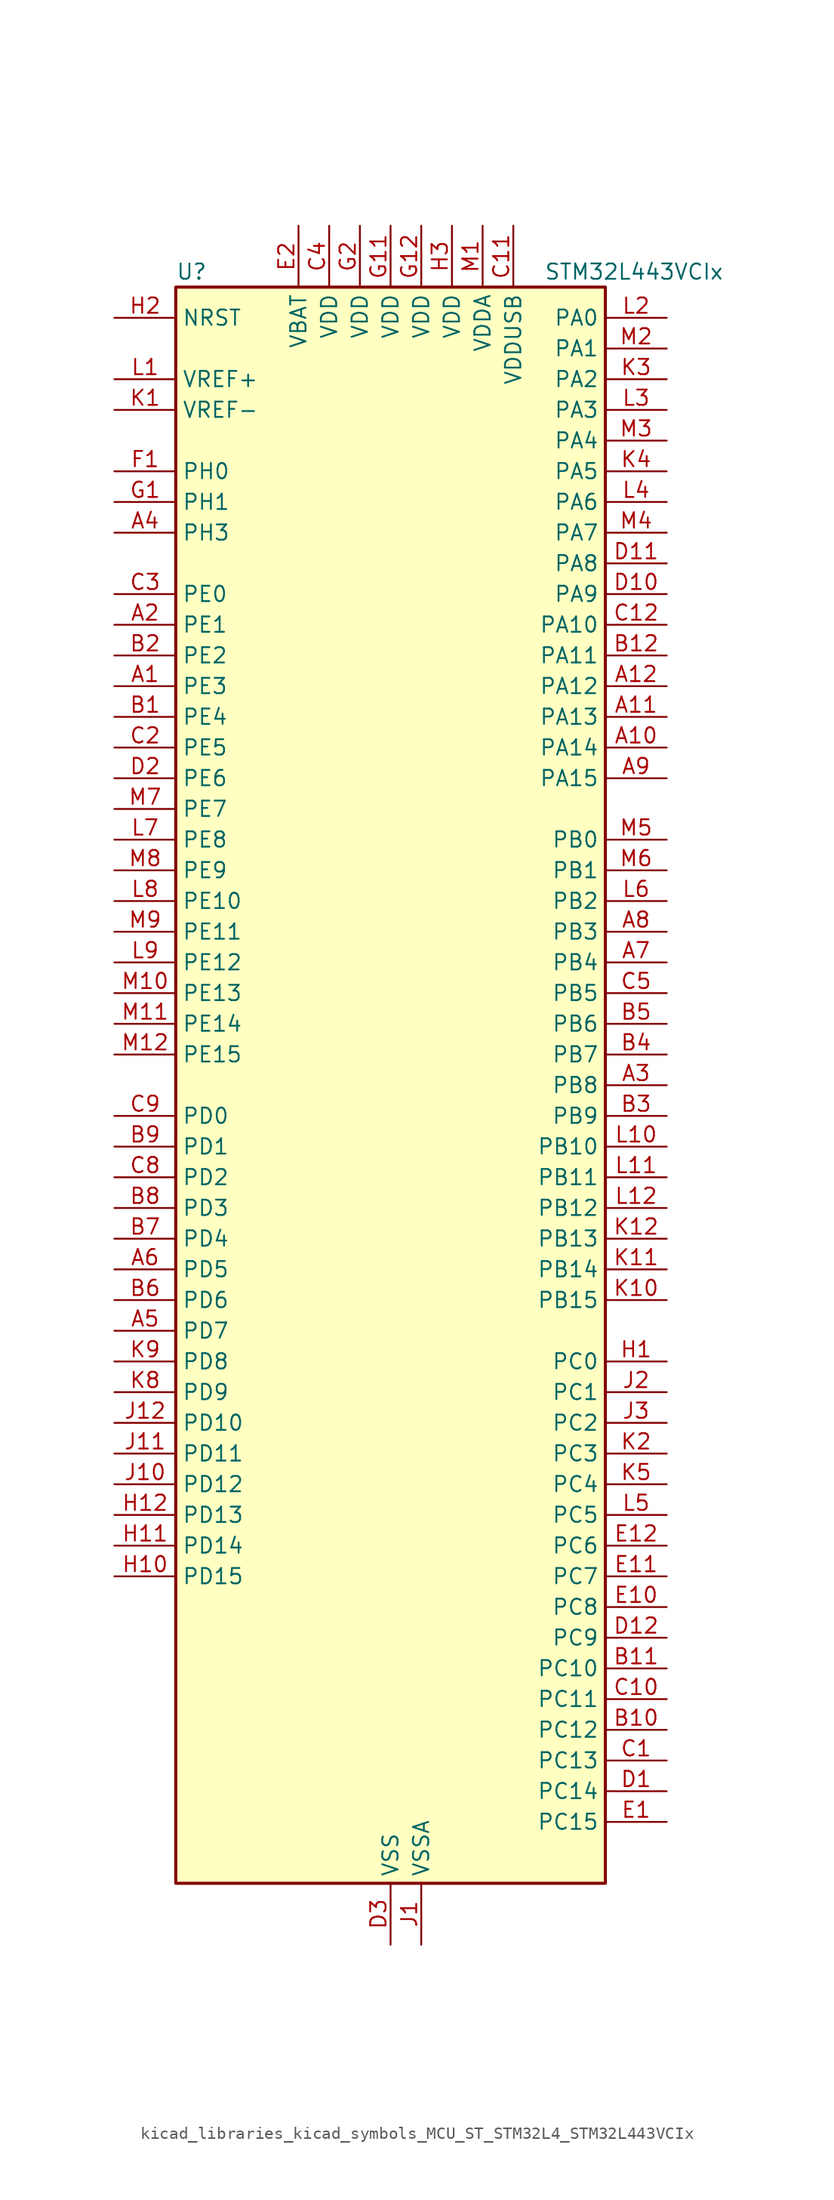
<source format=kicad_sym>
(kicad_symbol_lib
  (version 20220914)
  (generator kicad_symbol_editor)
  (symbol "kicad_libraries_kicad_symbols_MCU_ST_STM32L4_STM32L443VCIx"
    (property "Reference" "U"
      (at -17.78 67.31 0)
      (effects (font (size 1.27 1.27)) (justify left)))
    (property "Value" "STM32L443VCIx"
      (at 12.7 67.31 0)
      (effects (font (size 1.27 1.27)) (justify left)))
    (property "ki_locked" ""
      (at 0 0 0)
      (effects (font (size 1.27 1.27))))
    (symbol "kicad_libraries_kicad_symbols_MCU_ST_STM32L4_STM32L443VCIx_0_1"
      (rectangle (start -17.78 -66.04) (end 17.78 66.04) (stroke (width 0.254) (type default)) (fill (type background))))
    (symbol "kicad_libraries_kicad_symbols_MCU_ST_STM32L4_STM32L443VCIx_1_1"
      (pin bidirectional line (at -22.86 33.02 0) (length 5.08) (name "PE3" (effects (font (size 1.27 1.27)))) (number "A1" (effects (font (size 1.27 1.27)))) (alternate "LCD_SEG39" bidirectional line) (alternate "SAI1_SD_B" bidirectional line) (alternate "SYS_TRACED0" bidirectional line) (alternate "TSC_G7_IO2" bidirectional line))
      (pin bidirectional line (at 22.86 27.94 180) (length 5.08) (name "PA14" (effects (font (size 1.27 1.27)))) (number "A10" (effects (font (size 1.27 1.27)))) (alternate "I2C1_SMBA" bidirectional line) (alternate "LPTIM1_OUT" bidirectional line) (alternate "SAI1_FS_B" bidirectional line) (alternate "SWPMI1_RX" bidirectional line) (alternate "SYS_JTCK-SWCLK" bidirectional line))
      (pin bidirectional line (at 22.86 30.48 180) (length 5.08) (name "PA13" (effects (font (size 1.27 1.27)))) (number "A11" (effects (font (size 1.27 1.27)))) (alternate "IR_OUT" bidirectional line) (alternate "SAI1_SD_B" bidirectional line) (alternate "SWPMI1_TX" bidirectional line) (alternate "SYS_JTMS-SWDIO" bidirectional line) (alternate "USB_NOE" bidirectional line))
      (pin bidirectional line (at 22.86 33.02 180) (length 5.08) (name "PA12" (effects (font (size 1.27 1.27)))) (number "A12" (effects (font (size 1.27 1.27)))) (alternate "CAN1_TX" bidirectional line) (alternate "SPI1_MOSI" bidirectional line) (alternate "TIM1_ETR" bidirectional line) (alternate "USART1_DE" bidirectional line) (alternate "USART1_RTS" bidirectional line) (alternate "USB_DP" bidirectional line))
      (pin bidirectional line (at -22.86 38.1 0) (length 5.08) (name "PE1" (effects (font (size 1.27 1.27)))) (number "A2" (effects (font (size 1.27 1.27)))) (alternate "LCD_SEG37" bidirectional line))
      (pin bidirectional line (at 22.86 0 180) (length 5.08) (name "PB8" (effects (font (size 1.27 1.27)))) (number "A3" (effects (font (size 1.27 1.27)))) (alternate "CAN1_RX" bidirectional line) (alternate "I2C1_SCL" bidirectional line) (alternate "LCD_SEG16" bidirectional line) (alternate "SAI1_MCLK_A" bidirectional line) (alternate "SDMMC1_D4" bidirectional line) (alternate "TIM16_CH1" bidirectional line))
      (pin bidirectional line (at -22.86 45.72 0) (length 5.08) (name "PH3" (effects (font (size 1.27 1.27)))) (number "A4" (effects (font (size 1.27 1.27)))))
      (pin bidirectional line (at -22.86 -20.32 0) (length 5.08) (name "PD7" (effects (font (size 1.27 1.27)))) (number "A5" (effects (font (size 1.27 1.27)))) (alternate "QUADSPI_BK2_IO3" bidirectional line) (alternate "USART2_CK" bidirectional line))
      (pin bidirectional line (at -22.86 -15.24 0) (length 5.08) (name "PD5" (effects (font (size 1.27 1.27)))) (number "A6" (effects (font (size 1.27 1.27)))) (alternate "QUADSPI_BK2_IO1" bidirectional line) (alternate "USART2_TX" bidirectional line))
      (pin bidirectional line (at 22.86 10.16 180) (length 5.08) (name "PB4" (effects (font (size 1.27 1.27)))) (number "A7" (effects (font (size 1.27 1.27)))) (alternate "COMP2_INP" bidirectional line) (alternate "I2C3_SDA" bidirectional line) (alternate "LCD_SEG8" bidirectional line) (alternate "SAI1_MCLK_B" bidirectional line) (alternate "SPI1_MISO" bidirectional line) (alternate "SPI3_MISO" bidirectional line) (alternate "SYS_JTRST" bidirectional line) (alternate "TSC_G2_IO1" bidirectional line) (alternate "USART1_CTS" bidirectional line))
      (pin bidirectional line (at 22.86 12.7 180) (length 5.08) (name "PB3" (effects (font (size 1.27 1.27)))) (number "A8" (effects (font (size 1.27 1.27)))) (alternate "COMP2_INM" bidirectional line) (alternate "LCD_SEG7" bidirectional line) (alternate "SAI1_SCK_B" bidirectional line) (alternate "SPI1_SCK" bidirectional line) (alternate "SPI3_SCK" bidirectional line) (alternate "SYS_JTDO-SWO" bidirectional line) (alternate "TIM2_CH2" bidirectional line) (alternate "USART1_DE" bidirectional line) (alternate "USART1_RTS" bidirectional line))
      (pin bidirectional line (at 22.86 25.4 180) (length 5.08) (name "PA15" (effects (font (size 1.27 1.27)))) (number "A9" (effects (font (size 1.27 1.27)))) (alternate "ADC1_EXTI15" bidirectional line) (alternate "LCD_SEG17" bidirectional line) (alternate "SPI1_NSS" bidirectional line) (alternate "SPI3_NSS" bidirectional line) (alternate "SWPMI1_SUSPEND" bidirectional line) (alternate "SYS_JTDI" bidirectional line) (alternate "TIM2_CH1" bidirectional line) (alternate "TIM2_ETR" bidirectional line) (alternate "TSC_G3_IO1" bidirectional line) (alternate "USART2_RX" bidirectional line) (alternate "USART3_DE" bidirectional line) (alternate "USART3_RTS" bidirectional line))
      (pin bidirectional line (at -22.86 30.48 0) (length 5.08) (name "PE4" (effects (font (size 1.27 1.27)))) (number "B1" (effects (font (size 1.27 1.27)))) (alternate "SAI1_FS_A" bidirectional line) (alternate "SYS_TRACED1" bidirectional line) (alternate "TSC_G7_IO3" bidirectional line))
      (pin bidirectional line (at 22.86 -53.34 180) (length 5.08) (name "PC12" (effects (font (size 1.27 1.27)))) (number "B10" (effects (font (size 1.27 1.27)))) (alternate "LCD_COM6" bidirectional line) (alternate "LCD_SEG30" bidirectional line) (alternate "LCD_SEG42" bidirectional line) (alternate "SDMMC1_CK" bidirectional line) (alternate "SPI3_MOSI" bidirectional line) (alternate "TSC_G3_IO4" bidirectional line) (alternate "USART3_CK" bidirectional line))
      (pin bidirectional line (at 22.86 -48.26 180) (length 5.08) (name "PC10" (effects (font (size 1.27 1.27)))) (number "B11" (effects (font (size 1.27 1.27)))) (alternate "LCD_COM4" bidirectional line) (alternate "LCD_SEG28" bidirectional line) (alternate "LCD_SEG40" bidirectional line) (alternate "SDMMC1_D2" bidirectional line) (alternate "SPI3_SCK" bidirectional line) (alternate "TSC_G3_IO2" bidirectional line) (alternate "USART3_TX" bidirectional line))
      (pin bidirectional line (at 22.86 35.56 180) (length 5.08) (name "PA11" (effects (font (size 1.27 1.27)))) (number "B12" (effects (font (size 1.27 1.27)))) (alternate "ADC1_EXTI11" bidirectional line) (alternate "CAN1_RX" bidirectional line) (alternate "COMP1_OUT" bidirectional line) (alternate "SPI1_MISO" bidirectional line) (alternate "TIM1_BKIN2" bidirectional line) (alternate "TIM1_BKIN2_COMP1" bidirectional line) (alternate "TIM1_CH4" bidirectional line) (alternate "USART1_CTS" bidirectional line) (alternate "USB_DM" bidirectional line))
      (pin bidirectional line (at -22.86 35.56 0) (length 5.08) (name "PE2" (effects (font (size 1.27 1.27)))) (number "B2" (effects (font (size 1.27 1.27)))) (alternate "LCD_SEG38" bidirectional line) (alternate "SAI1_MCLK_A" bidirectional line) (alternate "SYS_TRACECLK" bidirectional line) (alternate "TSC_G7_IO1" bidirectional line))
      (pin bidirectional line (at 22.86 -2.54 180) (length 5.08) (name "PB9" (effects (font (size 1.27 1.27)))) (number "B3" (effects (font (size 1.27 1.27)))) (alternate "CAN1_TX" bidirectional line) (alternate "DAC1_EXTI9" bidirectional line) (alternate "I2C1_SDA" bidirectional line) (alternate "IR_OUT" bidirectional line) (alternate "LCD_COM3" bidirectional line) (alternate "SAI1_FS_A" bidirectional line) (alternate "SDMMC1_D5" bidirectional line) (alternate "SPI2_NSS" bidirectional line))
      (pin bidirectional line (at 22.86 2.54 180) (length 5.08) (name "PB7" (effects (font (size 1.27 1.27)))) (number "B4" (effects (font (size 1.27 1.27)))) (alternate "COMP2_INM" bidirectional line) (alternate "I2C1_SDA" bidirectional line) (alternate "LCD_SEG21" bidirectional line) (alternate "LPTIM1_IN2" bidirectional line) (alternate "SYS_PVD_IN" bidirectional line) (alternate "TSC_G2_IO4" bidirectional line) (alternate "USART1_RX" bidirectional line))
      (pin bidirectional line (at 22.86 5.08 180) (length 5.08) (name "PB6" (effects (font (size 1.27 1.27)))) (number "B5" (effects (font (size 1.27 1.27)))) (alternate "COMP2_INP" bidirectional line) (alternate "I2C1_SCL" bidirectional line) (alternate "LPTIM1_ETR" bidirectional line) (alternate "SAI1_FS_B" bidirectional line) (alternate "TIM16_CH1N" bidirectional line) (alternate "TSC_G2_IO3" bidirectional line) (alternate "USART1_TX" bidirectional line))
      (pin bidirectional line (at -22.86 -17.78 0) (length 5.08) (name "PD6" (effects (font (size 1.27 1.27)))) (number "B6" (effects (font (size 1.27 1.27)))) (alternate "QUADSPI_BK2_IO2" bidirectional line) (alternate "SAI1_SD_A" bidirectional line) (alternate "USART2_RX" bidirectional line))
      (pin bidirectional line (at -22.86 -12.7 0) (length 5.08) (name "PD4" (effects (font (size 1.27 1.27)))) (number "B7" (effects (font (size 1.27 1.27)))) (alternate "QUADSPI_BK2_IO0" bidirectional line) (alternate "SPI2_MOSI" bidirectional line) (alternate "USART2_DE" bidirectional line) (alternate "USART2_RTS" bidirectional line))
      (pin bidirectional line (at -22.86 -10.16 0) (length 5.08) (name "PD3" (effects (font (size 1.27 1.27)))) (number "B8" (effects (font (size 1.27 1.27)))) (alternate "QUADSPI_BK2_NCS" bidirectional line) (alternate "SPI2_MISO" bidirectional line) (alternate "USART2_CTS" bidirectional line))
      (pin bidirectional line (at -22.86 -5.08 0) (length 5.08) (name "PD1" (effects (font (size 1.27 1.27)))) (number "B9" (effects (font (size 1.27 1.27)))) (alternate "CAN1_TX" bidirectional line) (alternate "SPI2_SCK" bidirectional line))
      (pin bidirectional line (at 22.86 -55.88 180) (length 5.08) (name "PC13" (effects (font (size 1.27 1.27)))) (number "C1" (effects (font (size 1.27 1.27)))) (alternate "RTC_OUT_ALARM" bidirectional line) (alternate "RTC_OUT_CALIB" bidirectional line) (alternate "RTC_TAMP1" bidirectional line) (alternate "RTC_TS" bidirectional line) (alternate "SYS_WKUP2" bidirectional line))
      (pin bidirectional line (at 22.86 -50.8 180) (length 5.08) (name "PC11" (effects (font (size 1.27 1.27)))) (number "C10" (effects (font (size 1.27 1.27)))) (alternate "ADC1_EXTI11" bidirectional line) (alternate "LCD_COM5" bidirectional line) (alternate "LCD_SEG29" bidirectional line) (alternate "LCD_SEG41" bidirectional line) (alternate "SDMMC1_D3" bidirectional line) (alternate "SPI3_MISO" bidirectional line) (alternate "TSC_G3_IO3" bidirectional line) (alternate "USART3_RX" bidirectional line))
      (pin power_in line (at 10.16 71.12 270) (length 5.08) (name "VDDUSB" (effects (font (size 1.27 1.27)))) (number "C11" (effects (font (size 1.27 1.27)))))
      (pin bidirectional line (at 22.86 38.1 180) (length 5.08) (name "PA10" (effects (font (size 1.27 1.27)))) (number "C12" (effects (font (size 1.27 1.27)))) (alternate "CRS_SYNC" bidirectional line) (alternate "I2C1_SDA" bidirectional line) (alternate "LCD_COM2" bidirectional line) (alternate "SAI1_SD_A" bidirectional line) (alternate "TIM1_CH3" bidirectional line) (alternate "USART1_RX" bidirectional line))
      (pin bidirectional line (at -22.86 27.94 0) (length 5.08) (name "PE5" (effects (font (size 1.27 1.27)))) (number "C2" (effects (font (size 1.27 1.27)))) (alternate "SAI1_SCK_A" bidirectional line) (alternate "SYS_TRACED2" bidirectional line) (alternate "TSC_G7_IO4" bidirectional line))
      (pin bidirectional line (at -22.86 40.64 0) (length 5.08) (name "PE0" (effects (font (size 1.27 1.27)))) (number "C3" (effects (font (size 1.27 1.27)))) (alternate "LCD_SEG36" bidirectional line) (alternate "TIM16_CH1" bidirectional line))
      (pin power_in line (at -5.08 71.12 270) (length 5.08) (name "VDD" (effects (font (size 1.27 1.27)))) (number "C4" (effects (font (size 1.27 1.27)))))
      (pin bidirectional line (at 22.86 7.62 180) (length 5.08) (name "PB5" (effects (font (size 1.27 1.27)))) (number "C5" (effects (font (size 1.27 1.27)))) (alternate "COMP2_OUT" bidirectional line) (alternate "I2C1_SMBA" bidirectional line) (alternate "LCD_SEG9" bidirectional line) (alternate "LPTIM1_IN1" bidirectional line) (alternate "SAI1_SD_B" bidirectional line) (alternate "SPI1_MOSI" bidirectional line) (alternate "SPI3_MOSI" bidirectional line) (alternate "TIM16_BKIN" bidirectional line) (alternate "TSC_G2_IO2" bidirectional line) (alternate "USART1_CK" bidirectional line))
      (pin bidirectional line (at -22.86 -7.62 0) (length 5.08) (name "PD2" (effects (font (size 1.27 1.27)))) (number "C8" (effects (font (size 1.27 1.27)))) (alternate "LCD_COM7" bidirectional line) (alternate "LCD_SEG31" bidirectional line) (alternate "LCD_SEG43" bidirectional line) (alternate "SDMMC1_CMD" bidirectional line) (alternate "TSC_SYNC" bidirectional line) (alternate "USART3_DE" bidirectional line) (alternate "USART3_RTS" bidirectional line))
      (pin bidirectional line (at -22.86 -2.54 0) (length 5.08) (name "PD0" (effects (font (size 1.27 1.27)))) (number "C9" (effects (font (size 1.27 1.27)))) (alternate "CAN1_RX" bidirectional line) (alternate "SPI2_NSS" bidirectional line))
      (pin bidirectional line (at 22.86 -58.42 180) (length 5.08) (name "PC14" (effects (font (size 1.27 1.27)))) (number "D1" (effects (font (size 1.27 1.27)))) (alternate "RCC_OSC32_IN" bidirectional line))
      (pin bidirectional line (at 22.86 40.64 180) (length 5.08) (name "PA9" (effects (font (size 1.27 1.27)))) (number "D10" (effects (font (size 1.27 1.27)))) (alternate "DAC1_EXTI9" bidirectional line) (alternate "I2C1_SCL" bidirectional line) (alternate "LCD_COM1" bidirectional line) (alternate "SAI1_FS_A" bidirectional line) (alternate "TIM15_BKIN" bidirectional line) (alternate "TIM1_CH2" bidirectional line) (alternate "USART1_TX" bidirectional line))
      (pin bidirectional line (at 22.86 43.18 180) (length 5.08) (name "PA8" (effects (font (size 1.27 1.27)))) (number "D11" (effects (font (size 1.27 1.27)))) (alternate "LCD_COM0" bidirectional line) (alternate "LPTIM2_OUT" bidirectional line) (alternate "RCC_MCO" bidirectional line) (alternate "SAI1_SCK_A" bidirectional line) (alternate "SWPMI1_IO" bidirectional line) (alternate "TIM1_CH1" bidirectional line) (alternate "USART1_CK" bidirectional line))
      (pin bidirectional line (at 22.86 -45.72 180) (length 5.08) (name "PC9" (effects (font (size 1.27 1.27)))) (number "D12" (effects (font (size 1.27 1.27)))) (alternate "DAC1_EXTI9" bidirectional line) (alternate "LCD_SEG27" bidirectional line) (alternate "SDMMC1_D1" bidirectional line) (alternate "TSC_G4_IO4" bidirectional line) (alternate "USB_NOE" bidirectional line))
      (pin bidirectional line (at -22.86 25.4 0) (length 5.08) (name "PE6" (effects (font (size 1.27 1.27)))) (number "D2" (effects (font (size 1.27 1.27)))) (alternate "RTC_TAMP3" bidirectional line) (alternate "SAI1_SD_A" bidirectional line) (alternate "SYS_TRACED3" bidirectional line) (alternate "SYS_WKUP3" bidirectional line))
      (pin power_in line (at 0 -71.12 90) (length 5.08) (name "VSS" (effects (font (size 1.27 1.27)))) (number "D3" (effects (font (size 1.27 1.27)))))
      (pin bidirectional line (at 22.86 -60.96 180) (length 5.08) (name "PC15" (effects (font (size 1.27 1.27)))) (number "E1" (effects (font (size 1.27 1.27)))) (alternate "ADC1_EXTI15" bidirectional line) (alternate "RCC_OSC32_OUT" bidirectional line))
      (pin bidirectional line (at 22.86 -43.18 180) (length 5.08) (name "PC8" (effects (font (size 1.27 1.27)))) (number "E10" (effects (font (size 1.27 1.27)))) (alternate "LCD_SEG26" bidirectional line) (alternate "SDMMC1_D0" bidirectional line) (alternate "TSC_G4_IO3" bidirectional line))
      (pin bidirectional line (at 22.86 -40.64 180) (length 5.08) (name "PC7" (effects (font (size 1.27 1.27)))) (number "E11" (effects (font (size 1.27 1.27)))) (alternate "LCD_SEG25" bidirectional line) (alternate "SDMMC1_D7" bidirectional line) (alternate "TSC_G4_IO2" bidirectional line))
      (pin bidirectional line (at 22.86 -38.1 180) (length 5.08) (name "PC6" (effects (font (size 1.27 1.27)))) (number "E12" (effects (font (size 1.27 1.27)))) (alternate "LCD_SEG24" bidirectional line) (alternate "SDMMC1_D6" bidirectional line) (alternate "TSC_G4_IO1" bidirectional line))
      (pin power_in line (at -7.62 71.12 270) (length 5.08) (name "VBAT" (effects (font (size 1.27 1.27)))) (number "E2" (effects (font (size 1.27 1.27)))))
      (pin passive line (at 0 -71.12 90) (length 5.08) hide (name "VSS" (effects (font (size 1.27 1.27)))) (number "E3" (effects (font (size 1.27 1.27)))))
      (pin bidirectional line (at -22.86 50.8 0) (length 5.08) (name "PH0" (effects (font (size 1.27 1.27)))) (number "F1" (effects (font (size 1.27 1.27)))) (alternate "RCC_OSC_IN" bidirectional line))
      (pin passive line (at 0 -71.12 90) (length 5.08) hide (name "VSS" (effects (font (size 1.27 1.27)))) (number "F11" (effects (font (size 1.27 1.27)))))
      (pin passive line (at 0 -71.12 90) (length 5.08) hide (name "VSS" (effects (font (size 1.27 1.27)))) (number "F12" (effects (font (size 1.27 1.27)))))
      (pin passive line (at 0 -71.12 90) (length 5.08) hide (name "VSS" (effects (font (size 1.27 1.27)))) (number "F2" (effects (font (size 1.27 1.27)))))
      (pin bidirectional line (at -22.86 48.26 0) (length 5.08) (name "PH1" (effects (font (size 1.27 1.27)))) (number "G1" (effects (font (size 1.27 1.27)))) (alternate "RCC_OSC_OUT" bidirectional line))
      (pin power_in line (at 0 71.12 270) (length 5.08) (name "VDD" (effects (font (size 1.27 1.27)))) (number "G11" (effects (font (size 1.27 1.27)))))
      (pin power_in line (at 2.54 71.12 270) (length 5.08) (name "VDD" (effects (font (size 1.27 1.27)))) (number "G12" (effects (font (size 1.27 1.27)))))
      (pin power_in line (at -2.54 71.12 270) (length 5.08) (name "VDD" (effects (font (size 1.27 1.27)))) (number "G2" (effects (font (size 1.27 1.27)))))
      (pin bidirectional line (at 22.86 -22.86 180) (length 5.08) (name "PC0" (effects (font (size 1.27 1.27)))) (number "H1" (effects (font (size 1.27 1.27)))) (alternate "ADC1_IN1" bidirectional line) (alternate "I2C3_SCL" bidirectional line) (alternate "LCD_SEG18" bidirectional line) (alternate "LPTIM1_IN1" bidirectional line) (alternate "LPTIM2_IN1" bidirectional line) (alternate "LPUART1_RX" bidirectional line))
      (pin bidirectional line (at -22.86 -40.64 0) (length 5.08) (name "PD15" (effects (font (size 1.27 1.27)))) (number "H10" (effects (font (size 1.27 1.27)))) (alternate "ADC1_EXTI15" bidirectional line) (alternate "LCD_SEG35" bidirectional line))
      (pin bidirectional line (at -22.86 -38.1 0) (length 5.08) (name "PD14" (effects (font (size 1.27 1.27)))) (number "H11" (effects (font (size 1.27 1.27)))) (alternate "LCD_SEG34" bidirectional line))
      (pin bidirectional line (at -22.86 -35.56 0) (length 5.08) (name "PD13" (effects (font (size 1.27 1.27)))) (number "H12" (effects (font (size 1.27 1.27)))) (alternate "LCD_SEG33" bidirectional line) (alternate "LPTIM2_OUT" bidirectional line) (alternate "TSC_G6_IO4" bidirectional line))
      (pin input line (at -22.86 63.5 0) (length 5.08) (name "NRST" (effects (font (size 1.27 1.27)))) (number "H2" (effects (font (size 1.27 1.27)))))
      (pin power_in line (at 5.08 71.12 270) (length 5.08) (name "VDD" (effects (font (size 1.27 1.27)))) (number "H3" (effects (font (size 1.27 1.27)))))
      (pin power_in line (at 2.54 -71.12 90) (length 5.08) (name "VSSA" (effects (font (size 1.27 1.27)))) (number "J1" (effects (font (size 1.27 1.27)))))
      (pin bidirectional line (at -22.86 -33.02 0) (length 5.08) (name "PD12" (effects (font (size 1.27 1.27)))) (number "J10" (effects (font (size 1.27 1.27)))) (alternate "LCD_SEG32" bidirectional line) (alternate "LPTIM2_IN1" bidirectional line) (alternate "TSC_G6_IO3" bidirectional line) (alternate "USART3_DE" bidirectional line) (alternate "USART3_RTS" bidirectional line))
      (pin bidirectional line (at -22.86 -30.48 0) (length 5.08) (name "PD11" (effects (font (size 1.27 1.27)))) (number "J11" (effects (font (size 1.27 1.27)))) (alternate "ADC1_EXTI11" bidirectional line) (alternate "LCD_SEG31" bidirectional line) (alternate "LPTIM2_ETR" bidirectional line) (alternate "TSC_G6_IO2" bidirectional line) (alternate "USART3_CTS" bidirectional line))
      (pin bidirectional line (at -22.86 -27.94 0) (length 5.08) (name "PD10" (effects (font (size 1.27 1.27)))) (number "J12" (effects (font (size 1.27 1.27)))) (alternate "LCD_SEG30" bidirectional line) (alternate "TSC_G6_IO1" bidirectional line) (alternate "USART3_CK" bidirectional line))
      (pin bidirectional line (at 22.86 -25.4 180) (length 5.08) (name "PC1" (effects (font (size 1.27 1.27)))) (number "J2" (effects (font (size 1.27 1.27)))) (alternate "ADC1_IN2" bidirectional line) (alternate "I2C3_SDA" bidirectional line) (alternate "LCD_SEG19" bidirectional line) (alternate "LPTIM1_OUT" bidirectional line) (alternate "LPUART1_TX" bidirectional line))
      (pin bidirectional line (at 22.86 -27.94 180) (length 5.08) (name "PC2" (effects (font (size 1.27 1.27)))) (number "J3" (effects (font (size 1.27 1.27)))) (alternate "ADC1_IN3" bidirectional line) (alternate "LCD_SEG20" bidirectional line) (alternate "LPTIM1_IN2" bidirectional line) (alternate "SPI2_MISO" bidirectional line))
      (pin input line (at -22.86 55.88 0) (length 5.08) (name "VREF-" (effects (font (size 1.27 1.27)))) (number "K1" (effects (font (size 1.27 1.27)))))
      (pin bidirectional line (at 22.86 -17.78 180) (length 5.08) (name "PB15" (effects (font (size 1.27 1.27)))) (number "K10" (effects (font (size 1.27 1.27)))) (alternate "ADC1_EXTI15" bidirectional line) (alternate "LCD_SEG15" bidirectional line) (alternate "RTC_REFIN" bidirectional line) (alternate "SAI1_SD_A" bidirectional line) (alternate "SPI2_MOSI" bidirectional line) (alternate "SWPMI1_SUSPEND" bidirectional line) (alternate "TIM15_CH2" bidirectional line) (alternate "TIM1_CH3N" bidirectional line) (alternate "TSC_G1_IO4" bidirectional line))
      (pin bidirectional line (at 22.86 -15.24 180) (length 5.08) (name "PB14" (effects (font (size 1.27 1.27)))) (number "K11" (effects (font (size 1.27 1.27)))) (alternate "I2C2_SDA" bidirectional line) (alternate "LCD_SEG14" bidirectional line) (alternate "SAI1_MCLK_A" bidirectional line) (alternate "SPI2_MISO" bidirectional line) (alternate "SWPMI1_RX" bidirectional line) (alternate "TIM15_CH1" bidirectional line) (alternate "TIM1_CH2N" bidirectional line) (alternate "TSC_G1_IO3" bidirectional line) (alternate "USART3_DE" bidirectional line) (alternate "USART3_RTS" bidirectional line))
      (pin bidirectional line (at 22.86 -12.7 180) (length 5.08) (name "PB13" (effects (font (size 1.27 1.27)))) (number "K12" (effects (font (size 1.27 1.27)))) (alternate "I2C2_SCL" bidirectional line) (alternate "LCD_SEG13" bidirectional line) (alternate "LPUART1_CTS" bidirectional line) (alternate "SAI1_SCK_A" bidirectional line) (alternate "SPI2_SCK" bidirectional line) (alternate "SWPMI1_TX" bidirectional line) (alternate "TIM15_CH1N" bidirectional line) (alternate "TIM1_CH1N" bidirectional line) (alternate "TSC_G1_IO2" bidirectional line) (alternate "USART3_CTS" bidirectional line))
      (pin bidirectional line (at 22.86 -30.48 180) (length 5.08) (name "PC3" (effects (font (size 1.27 1.27)))) (number "K2" (effects (font (size 1.27 1.27)))) (alternate "ADC1_IN4" bidirectional line) (alternate "LCD_VLCD" bidirectional line) (alternate "LPTIM1_ETR" bidirectional line) (alternate "LPTIM2_ETR" bidirectional line) (alternate "SAI1_SD_A" bidirectional line) (alternate "SPI2_MOSI" bidirectional line))
      (pin bidirectional line (at 22.86 58.42 180) (length 5.08) (name "PA2" (effects (font (size 1.27 1.27)))) (number "K3" (effects (font (size 1.27 1.27)))) (alternate "ADC1_IN7" bidirectional line) (alternate "COMP2_INM" bidirectional line) (alternate "COMP2_OUT" bidirectional line) (alternate "LCD_SEG1" bidirectional line) (alternate "LPUART1_TX" bidirectional line) (alternate "QUADSPI_BK1_NCS" bidirectional line) (alternate "RCC_LSCO" bidirectional line) (alternate "SYS_WKUP4" bidirectional line) (alternate "TIM15_CH1" bidirectional line) (alternate "TIM2_CH3" bidirectional line) (alternate "USART2_TX" bidirectional line))
      (pin bidirectional line (at 22.86 50.8 180) (length 5.08) (name "PA5" (effects (font (size 1.27 1.27)))) (number "K4" (effects (font (size 1.27 1.27)))) (alternate "ADC1_IN10" bidirectional line) (alternate "COMP1_INM" bidirectional line) (alternate "COMP2_INM" bidirectional line) (alternate "DAC1_OUT2" bidirectional line) (alternate "LPTIM2_ETR" bidirectional line) (alternate "SPI1_SCK" bidirectional line) (alternate "TIM2_CH1" bidirectional line) (alternate "TIM2_ETR" bidirectional line))
      (pin bidirectional line (at 22.86 -33.02 180) (length 5.08) (name "PC4" (effects (font (size 1.27 1.27)))) (number "K5" (effects (font (size 1.27 1.27)))) (alternate "ADC1_IN13" bidirectional line) (alternate "COMP1_INM" bidirectional line) (alternate "LCD_SEG22" bidirectional line) (alternate "USART3_TX" bidirectional line))
      (pin bidirectional line (at -22.86 -25.4 0) (length 5.08) (name "PD9" (effects (font (size 1.27 1.27)))) (number "K8" (effects (font (size 1.27 1.27)))) (alternate "DAC1_EXTI9" bidirectional line) (alternate "LCD_SEG29" bidirectional line) (alternate "USART3_RX" bidirectional line))
      (pin bidirectional line (at -22.86 -22.86 0) (length 5.08) (name "PD8" (effects (font (size 1.27 1.27)))) (number "K9" (effects (font (size 1.27 1.27)))) (alternate "LCD_SEG28" bidirectional line) (alternate "USART3_TX" bidirectional line))
      (pin input line (at -22.86 58.42 0) (length 5.08) (name "VREF+" (effects (font (size 1.27 1.27)))) (number "L1" (effects (font (size 1.27 1.27)))) (alternate "VREFBUF_OUT" bidirectional line))
      (pin bidirectional line (at 22.86 -5.08 180) (length 5.08) (name "PB10" (effects (font (size 1.27 1.27)))) (number "L10" (effects (font (size 1.27 1.27)))) (alternate "COMP1_OUT" bidirectional line) (alternate "I2C2_SCL" bidirectional line) (alternate "LCD_SEG10" bidirectional line) (alternate "LPUART1_RX" bidirectional line) (alternate "QUADSPI_CLK" bidirectional line) (alternate "SAI1_SCK_A" bidirectional line) (alternate "SPI2_SCK" bidirectional line) (alternate "TIM2_CH3" bidirectional line) (alternate "TSC_SYNC" bidirectional line) (alternate "USART3_TX" bidirectional line))
      (pin bidirectional line (at 22.86 -7.62 180) (length 5.08) (name "PB11" (effects (font (size 1.27 1.27)))) (number "L11" (effects (font (size 1.27 1.27)))) (alternate "ADC1_EXTI11" bidirectional line) (alternate "COMP2_OUT" bidirectional line) (alternate "I2C2_SDA" bidirectional line) (alternate "LCD_SEG11" bidirectional line) (alternate "LPUART1_TX" bidirectional line) (alternate "QUADSPI_BK1_NCS" bidirectional line) (alternate "TIM2_CH4" bidirectional line) (alternate "USART3_RX" bidirectional line))
      (pin bidirectional line (at 22.86 -10.16 180) (length 5.08) (name "PB12" (effects (font (size 1.27 1.27)))) (number "L12" (effects (font (size 1.27 1.27)))) (alternate "I2C2_SMBA" bidirectional line) (alternate "LCD_SEG12" bidirectional line) (alternate "LPUART1_DE" bidirectional line) (alternate "LPUART1_RTS" bidirectional line) (alternate "SAI1_FS_A" bidirectional line) (alternate "SPI2_NSS" bidirectional line) (alternate "SWPMI1_IO" bidirectional line) (alternate "TIM15_BKIN" bidirectional line) (alternate "TIM1_BKIN" bidirectional line) (alternate "TIM1_BKIN_COMP2" bidirectional line) (alternate "TSC_G1_IO1" bidirectional line) (alternate "USART3_CK" bidirectional line))
      (pin bidirectional line (at 22.86 63.5 180) (length 5.08) (name "PA0" (effects (font (size 1.27 1.27)))) (number "L2" (effects (font (size 1.27 1.27)))) (alternate "ADC1_IN5" bidirectional line) (alternate "COMP1_INM" bidirectional line) (alternate "COMP1_OUT" bidirectional line) (alternate "OPAMP1_VINP" bidirectional line) (alternate "RTC_TAMP2" bidirectional line) (alternate "SAI1_EXTCLK" bidirectional line) (alternate "SYS_WKUP1" bidirectional line) (alternate "TIM2_CH1" bidirectional line) (alternate "TIM2_ETR" bidirectional line) (alternate "USART2_CTS" bidirectional line))
      (pin bidirectional line (at 22.86 55.88 180) (length 5.08) (name "PA3" (effects (font (size 1.27 1.27)))) (number "L3" (effects (font (size 1.27 1.27)))) (alternate "ADC1_IN8" bidirectional line) (alternate "COMP2_INP" bidirectional line) (alternate "LCD_SEG2" bidirectional line) (alternate "LPUART1_RX" bidirectional line) (alternate "OPAMP1_VOUT" bidirectional line) (alternate "QUADSPI_CLK" bidirectional line) (alternate "SAI1_MCLK_A" bidirectional line) (alternate "TIM15_CH2" bidirectional line) (alternate "TIM2_CH4" bidirectional line) (alternate "USART2_RX" bidirectional line))
      (pin bidirectional line (at 22.86 48.26 180) (length 5.08) (name "PA6" (effects (font (size 1.27 1.27)))) (number "L4" (effects (font (size 1.27 1.27)))) (alternate "ADC1_IN11" bidirectional line) (alternate "COMP1_OUT" bidirectional line) (alternate "LCD_SEG3" bidirectional line) (alternate "LPUART1_CTS" bidirectional line) (alternate "QUADSPI_BK1_IO3" bidirectional line) (alternate "SPI1_MISO" bidirectional line) (alternate "TIM16_CH1" bidirectional line) (alternate "TIM1_BKIN" bidirectional line) (alternate "TIM1_BKIN_COMP2" bidirectional line) (alternate "USART3_CTS" bidirectional line))
      (pin bidirectional line (at 22.86 -35.56 180) (length 5.08) (name "PC5" (effects (font (size 1.27 1.27)))) (number "L5" (effects (font (size 1.27 1.27)))) (alternate "ADC1_IN14" bidirectional line) (alternate "COMP1_INP" bidirectional line) (alternate "LCD_SEG23" bidirectional line) (alternate "SYS_WKUP5" bidirectional line) (alternate "USART3_RX" bidirectional line))
      (pin bidirectional line (at 22.86 15.24 180) (length 5.08) (name "PB2" (effects (font (size 1.27 1.27)))) (number "L6" (effects (font (size 1.27 1.27)))) (alternate "COMP1_INP" bidirectional line) (alternate "I2C3_SMBA" bidirectional line) (alternate "LCD_VLCD" bidirectional line) (alternate "LPTIM1_OUT" bidirectional line) (alternate "RTC_OUT_ALARM" bidirectional line) (alternate "RTC_OUT_CALIB" bidirectional line))
      (pin bidirectional line (at -22.86 20.32 0) (length 5.08) (name "PE8" (effects (font (size 1.27 1.27)))) (number "L7" (effects (font (size 1.27 1.27)))) (alternate "SAI1_SCK_B" bidirectional line) (alternate "TIM1_CH1N" bidirectional line))
      (pin bidirectional line (at -22.86 15.24 0) (length 5.08) (name "PE10" (effects (font (size 1.27 1.27)))) (number "L8" (effects (font (size 1.27 1.27)))) (alternate "QUADSPI_CLK" bidirectional line) (alternate "SAI1_MCLK_B" bidirectional line) (alternate "TIM1_CH2N" bidirectional line) (alternate "TSC_G5_IO1" bidirectional line))
      (pin bidirectional line (at -22.86 10.16 0) (length 5.08) (name "PE12" (effects (font (size 1.27 1.27)))) (number "L9" (effects (font (size 1.27 1.27)))) (alternate "QUADSPI_BK1_IO0" bidirectional line) (alternate "SPI1_NSS" bidirectional line) (alternate "TIM1_CH3N" bidirectional line) (alternate "TSC_G5_IO3" bidirectional line))
      (pin power_in line (at 7.62 71.12 270) (length 5.08) (name "VDDA" (effects (font (size 1.27 1.27)))) (number "M1" (effects (font (size 1.27 1.27)))))
      (pin bidirectional line (at -22.86 7.62 0) (length 5.08) (name "PE13" (effects (font (size 1.27 1.27)))) (number "M10" (effects (font (size 1.27 1.27)))) (alternate "QUADSPI_BK1_IO1" bidirectional line) (alternate "SPI1_SCK" bidirectional line) (alternate "TIM1_CH3" bidirectional line) (alternate "TSC_G5_IO4" bidirectional line))
      (pin bidirectional line (at -22.86 5.08 0) (length 5.08) (name "PE14" (effects (font (size 1.27 1.27)))) (number "M11" (effects (font (size 1.27 1.27)))) (alternate "QUADSPI_BK1_IO2" bidirectional line) (alternate "SPI1_MISO" bidirectional line) (alternate "TIM1_BKIN2" bidirectional line) (alternate "TIM1_BKIN2_COMP2" bidirectional line) (alternate "TIM1_CH4" bidirectional line))
      (pin bidirectional line (at -22.86 2.54 0) (length 5.08) (name "PE15" (effects (font (size 1.27 1.27)))) (number "M12" (effects (font (size 1.27 1.27)))) (alternate "ADC1_EXTI15" bidirectional line) (alternate "QUADSPI_BK1_IO3" bidirectional line) (alternate "SPI1_MOSI" bidirectional line) (alternate "TIM1_BKIN" bidirectional line) (alternate "TIM1_BKIN_COMP1" bidirectional line))
      (pin bidirectional line (at 22.86 60.96 180) (length 5.08) (name "PA1" (effects (font (size 1.27 1.27)))) (number "M2" (effects (font (size 1.27 1.27)))) (alternate "ADC1_IN6" bidirectional line) (alternate "COMP1_INP" bidirectional line) (alternate "I2C1_SMBA" bidirectional line) (alternate "LCD_SEG0" bidirectional line) (alternate "OPAMP1_VINM" bidirectional line) (alternate "SPI1_SCK" bidirectional line) (alternate "TIM15_CH1N" bidirectional line) (alternate "TIM2_CH2" bidirectional line) (alternate "USART2_DE" bidirectional line) (alternate "USART2_RTS" bidirectional line))
      (pin bidirectional line (at 22.86 53.34 180) (length 5.08) (name "PA4" (effects (font (size 1.27 1.27)))) (number "M3" (effects (font (size 1.27 1.27)))) (alternate "ADC1_IN9" bidirectional line) (alternate "COMP1_INM" bidirectional line) (alternate "COMP2_INM" bidirectional line) (alternate "DAC1_OUT1" bidirectional line) (alternate "LPTIM2_OUT" bidirectional line) (alternate "SAI1_FS_B" bidirectional line) (alternate "SPI1_NSS" bidirectional line) (alternate "SPI3_NSS" bidirectional line) (alternate "USART2_CK" bidirectional line))
      (pin bidirectional line (at 22.86 45.72 180) (length 5.08) (name "PA7" (effects (font (size 1.27 1.27)))) (number "M4" (effects (font (size 1.27 1.27)))) (alternate "ADC1_IN12" bidirectional line) (alternate "COMP2_OUT" bidirectional line) (alternate "I2C3_SCL" bidirectional line) (alternate "LCD_SEG4" bidirectional line) (alternate "QUADSPI_BK1_IO2" bidirectional line) (alternate "SPI1_MOSI" bidirectional line) (alternate "TIM1_CH1N" bidirectional line))
      (pin bidirectional line (at 22.86 20.32 180) (length 5.08) (name "PB0" (effects (font (size 1.27 1.27)))) (number "M5" (effects (font (size 1.27 1.27)))) (alternate "ADC1_IN15" bidirectional line) (alternate "COMP1_OUT" bidirectional line) (alternate "LCD_SEG5" bidirectional line) (alternate "QUADSPI_BK1_IO1" bidirectional line) (alternate "SAI1_EXTCLK" bidirectional line) (alternate "SPI1_NSS" bidirectional line) (alternate "TIM1_CH2N" bidirectional line) (alternate "USART3_CK" bidirectional line))
      (pin bidirectional line (at 22.86 17.78 180) (length 5.08) (name "PB1" (effects (font (size 1.27 1.27)))) (number "M6" (effects (font (size 1.27 1.27)))) (alternate "ADC1_IN16" bidirectional line) (alternate "COMP1_INM" bidirectional line) (alternate "LCD_SEG6" bidirectional line) (alternate "LPTIM2_IN1" bidirectional line) (alternate "LPUART1_DE" bidirectional line) (alternate "LPUART1_RTS" bidirectional line) (alternate "QUADSPI_BK1_IO0" bidirectional line) (alternate "TIM1_CH3N" bidirectional line) (alternate "USART3_DE" bidirectional line) (alternate "USART3_RTS" bidirectional line))
      (pin bidirectional line (at -22.86 22.86 0) (length 5.08) (name "PE7" (effects (font (size 1.27 1.27)))) (number "M7" (effects (font (size 1.27 1.27)))) (alternate "SAI1_SD_B" bidirectional line) (alternate "TIM1_ETR" bidirectional line))
      (pin bidirectional line (at -22.86 17.78 0) (length 5.08) (name "PE9" (effects (font (size 1.27 1.27)))) (number "M8" (effects (font (size 1.27 1.27)))) (alternate "DAC1_EXTI9" bidirectional line) (alternate "SAI1_FS_B" bidirectional line) (alternate "TIM1_CH1" bidirectional line))
      (pin bidirectional line (at -22.86 12.7 0) (length 5.08) (name "PE11" (effects (font (size 1.27 1.27)))) (number "M9" (effects (font (size 1.27 1.27)))) (alternate "ADC1_EXTI11" bidirectional line) (alternate "QUADSPI_BK1_NCS" bidirectional line) (alternate "TIM1_CH2" bidirectional line) (alternate "TSC_G5_IO2" bidirectional line)))))
</source>
